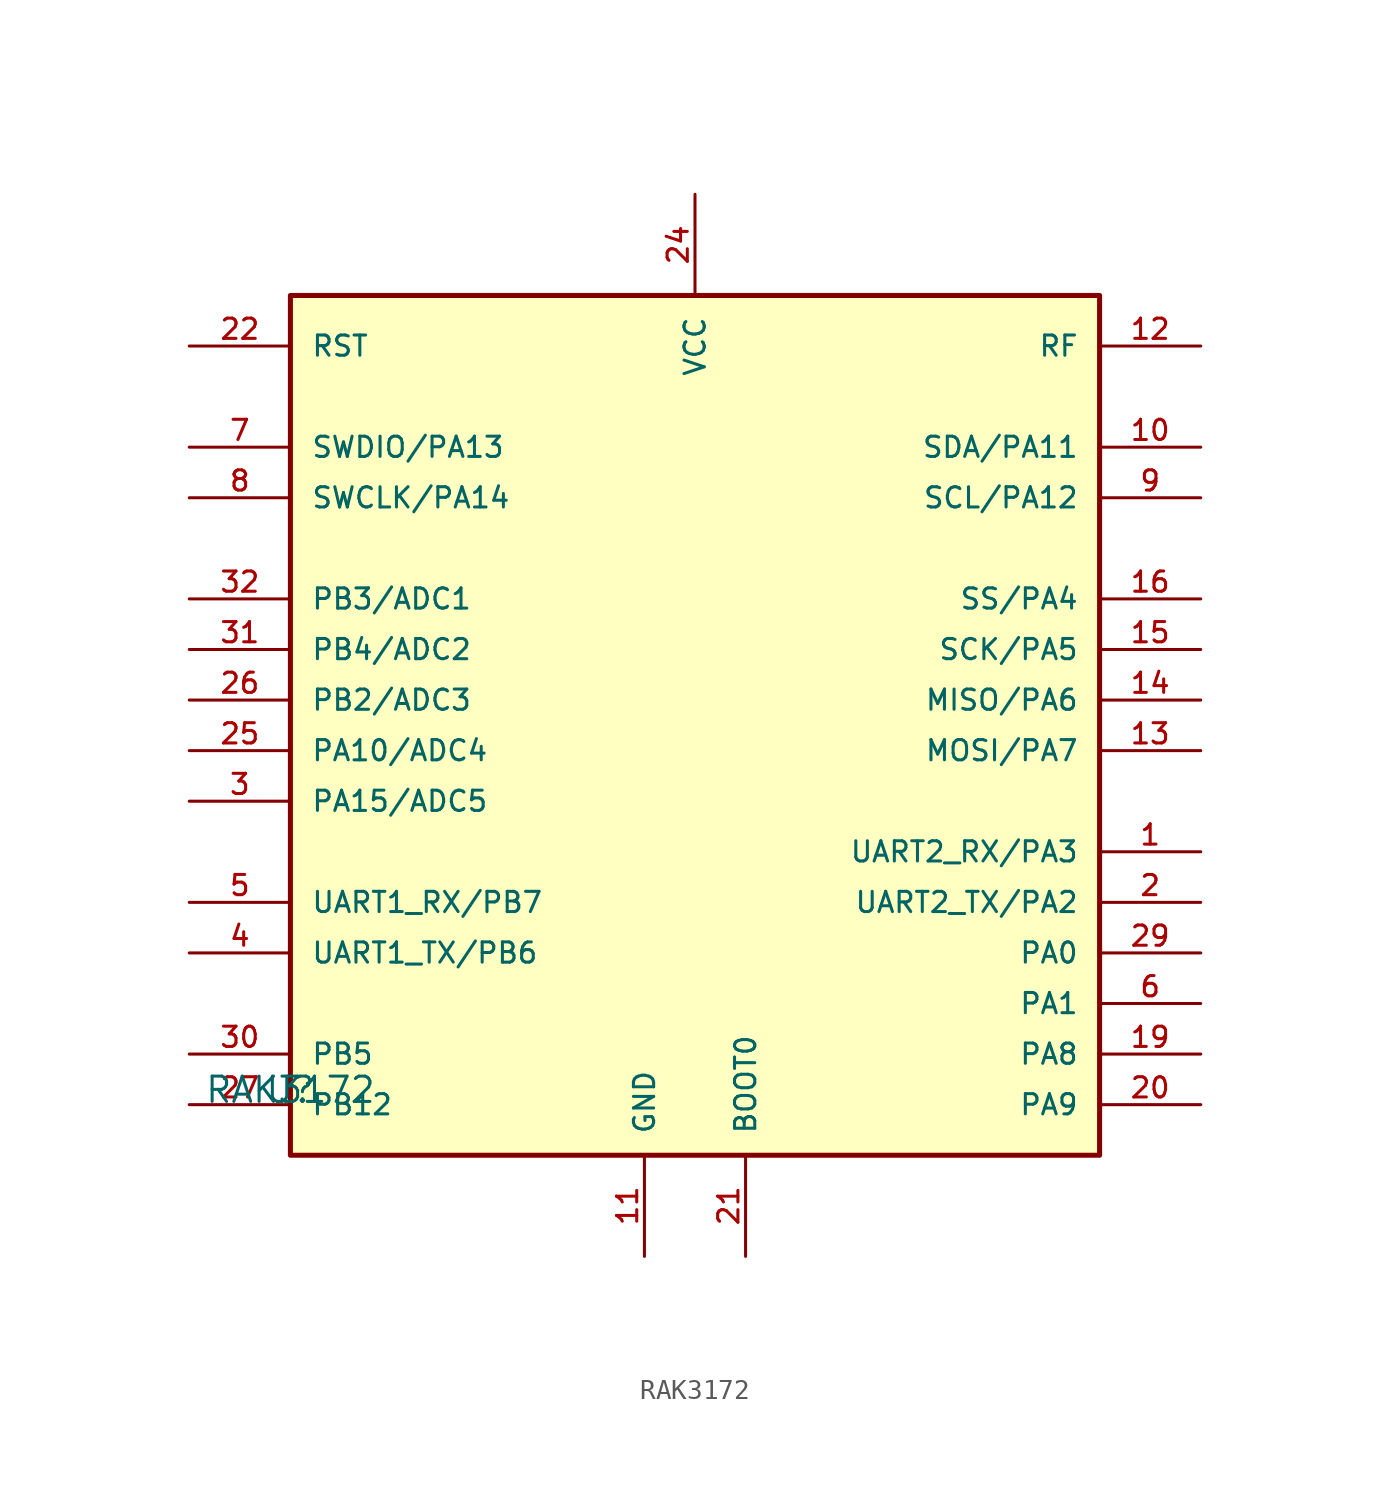
<source format=kicad_sym>
(kicad_symbol_lib
  (version 20211014)
  (generator kicad_symbol_editor)
  (symbol "RAK3172"
    (pin_names
      (offset 1.016))
    (property "Reference" "U"
      (at 0 0 0)
      (effects (font (size 1.27 1.27)) (justify bottom)))
    (property "Value" "RAK3172"
      (at 0 0.0 0)
      (effects (font (size 1.27 1.27)) (justify bottom)))
    (symbol "RAK3172_0_0"
      (rectangle (start 0.0 -2.54) (end 40.64 40.64) (stroke (width 0.254)) (fill (type background)))
      (pin input line (at 22.86 -7.62 90.0) (length 5.08) (name "BOOT0" (effects (font (size 1.016 1.016)))) (number "21" (effects (font (size 1.016 1.016)))))
      (pin power_in line (at 17.78 -7.62 90.0) (length 5.08) (name "GND" (effects (font (size 1.016 1.016)))) (number "11" (effects (font (size 1.016 1.016)))))
      (pin power_in line (at 17.78 -7.62 90.0) (length 5.08) hide (name "GND" (effects (font (size 1.016 1.016)))) (number "17" (effects (font (size 1.016 1.016)))))
      (pin power_in line (at 17.78 -7.62 90.0) (length 5.08) hide (name "GND" (effects (font (size 1.016 1.016)))) (number "18" (effects (font (size 1.016 1.016)))))
      (pin power_in line (at 17.78 -7.62 90.0) (length 5.08) hide (name "GND" (effects (font (size 1.016 1.016)))) (number "23" (effects (font (size 1.016 1.016)))))
      (pin power_in line (at 17.78 -7.62 90.0) (length 5.08) hide (name "GND" (effects (font (size 1.016 1.016)))) (number "28" (effects (font (size 1.016 1.016)))))
      (pin bidirectional line (at 45.72 20.32 180.0) (length 5.08) (name "MISO/PA6" (effects (font (size 1.016 1.016)))) (number "14" (effects (font (size 1.016 1.016)))))
      (pin bidirectional line (at 45.72 17.78 180.0) (length 5.08) (name "MOSI/PA7" (effects (font (size 1.016 1.016)))) (number "13" (effects (font (size 1.016 1.016)))))
      (pin bidirectional line (at 45.72 7.62 180.0) (length 5.08) (name "PA0" (effects (font (size 1.016 1.016)))) (number "29" (effects (font (size 1.016 1.016)))))
      (pin bidirectional line (at 45.72 5.08 180.0) (length 5.08) (name "PA1" (effects (font (size 1.016 1.016)))) (number "6" (effects (font (size 1.016 1.016)))))
      (pin bidirectional line (at 45.72 2.54 180.0) (length 5.08) (name "PA8" (effects (font (size 1.016 1.016)))) (number "19" (effects (font (size 1.016 1.016)))))
      (pin bidirectional line (at 45.72 0.0 180.0) (length 5.08) (name "PA9" (effects (font (size 1.016 1.016)))) (number "20" (effects (font (size 1.016 1.016)))))
      (pin bidirectional line (at -5.08 17.78 0) (length 5.08) (name "PA10/ADC4" (effects (font (size 1.016 1.016)))) (number "25" (effects (font (size 1.016 1.016)))))
      (pin bidirectional line (at -5.08 15.24 0) (length 5.08) (name "PA15/ADC5" (effects (font (size 1.016 1.016)))) (number "3" (effects (font (size 1.016 1.016)))))
      (pin bidirectional line (at -5.08 20.32 0) (length 5.08) (name "PB2/ADC3" (effects (font (size 1.016 1.016)))) (number "26" (effects (font (size 1.016 1.016)))))
      (pin bidirectional line (at -5.08 25.4 0) (length 5.08) (name "PB3/ADC1" (effects (font (size 1.016 1.016)))) (number "32" (effects (font (size 1.016 1.016)))))
      (pin bidirectional line (at -5.08 22.86 0) (length 5.08) (name "PB4/ADC2" (effects (font (size 1.016 1.016)))) (number "31" (effects (font (size 1.016 1.016)))))
      (pin bidirectional line (at -5.08 2.54 0) (length 5.08) (name "PB5" (effects (font (size 1.016 1.016)))) (number "30" (effects (font (size 1.016 1.016)))))
      (pin bidirectional line (at -5.08 0.0 0) (length 5.08) (name "PB12" (effects (font (size 1.016 1.016)))) (number "27" (effects (font (size 1.016 1.016)))))
      (pin output line (at 45.72 38.1 180.0) (length 5.08) (name "RF" (effects (font (size 1.016 1.016)))) (number "12" (effects (font (size 1.016 1.016)))))
      (pin input line (at -5.08 38.1 0) (length 5.08) (name "RST" (effects (font (size 1.016 1.016)))) (number "22" (effects (font (size 1.016 1.016)))))
      (pin bidirectional line (at 45.72 22.86 180.0) (length 5.08) (name "SCK/PA5" (effects (font (size 1.016 1.016)))) (number "15" (effects (font (size 1.016 1.016)))))
      (pin bidirectional line (at 45.72 30.48 180.0) (length 5.08) (name "SCL/PA12" (effects (font (size 1.016 1.016)))) (number "9" (effects (font (size 1.016 1.016)))))
      (pin bidirectional line (at 45.72 33.02 180.0) (length 5.08) (name "SDA/PA11" (effects (font (size 1.016 1.016)))) (number "10" (effects (font (size 1.016 1.016)))))
      (pin bidirectional line (at 45.72 25.4 180.0) (length 5.08) (name "SS/PA4" (effects (font (size 1.016 1.016)))) (number "16" (effects (font (size 1.016 1.016)))))
      (pin bidirectional line (at -5.08 30.48 0) (length 5.08) (name "SWCLK/PA14" (effects (font (size 1.016 1.016)))) (number "8" (effects (font (size 1.016 1.016)))))
      (pin bidirectional line (at -5.08 33.02 0) (length 5.08) (name "SWDIO/PA13" (effects (font (size 1.016 1.016)))) (number "7" (effects (font (size 1.016 1.016)))))
      (pin bidirectional line (at -5.08 10.16 0) (length 5.08) (name "UART1_RX/PB7" (effects (font (size 1.016 1.016)))) (number "5" (effects (font (size 1.016 1.016)))))
      (pin bidirectional line (at -5.08 7.62 0) (length 5.08) (name "UART1_TX/PB6" (effects (font (size 1.016 1.016)))) (number "4" (effects (font (size 1.016 1.016)))))
      (pin bidirectional line (at 45.72 12.7 180.0) (length 5.08) (name "UART2_RX/PA3" (effects (font (size 1.016 1.016)))) (number "1" (effects (font (size 1.016 1.016)))))
      (pin bidirectional line (at 45.72 10.16 180.0) (length 5.08) (name "UART2_TX/PA2" (effects (font (size 1.016 1.016)))) (number "2" (effects (font (size 1.016 1.016)))))
      (pin power_in line (at 20.32 45.72 270.0) (length 5.08) (name "VCC" (effects (font (size 1.016 1.016)))) (number "24" (effects (font (size 1.016 1.016))))))))
</source>
